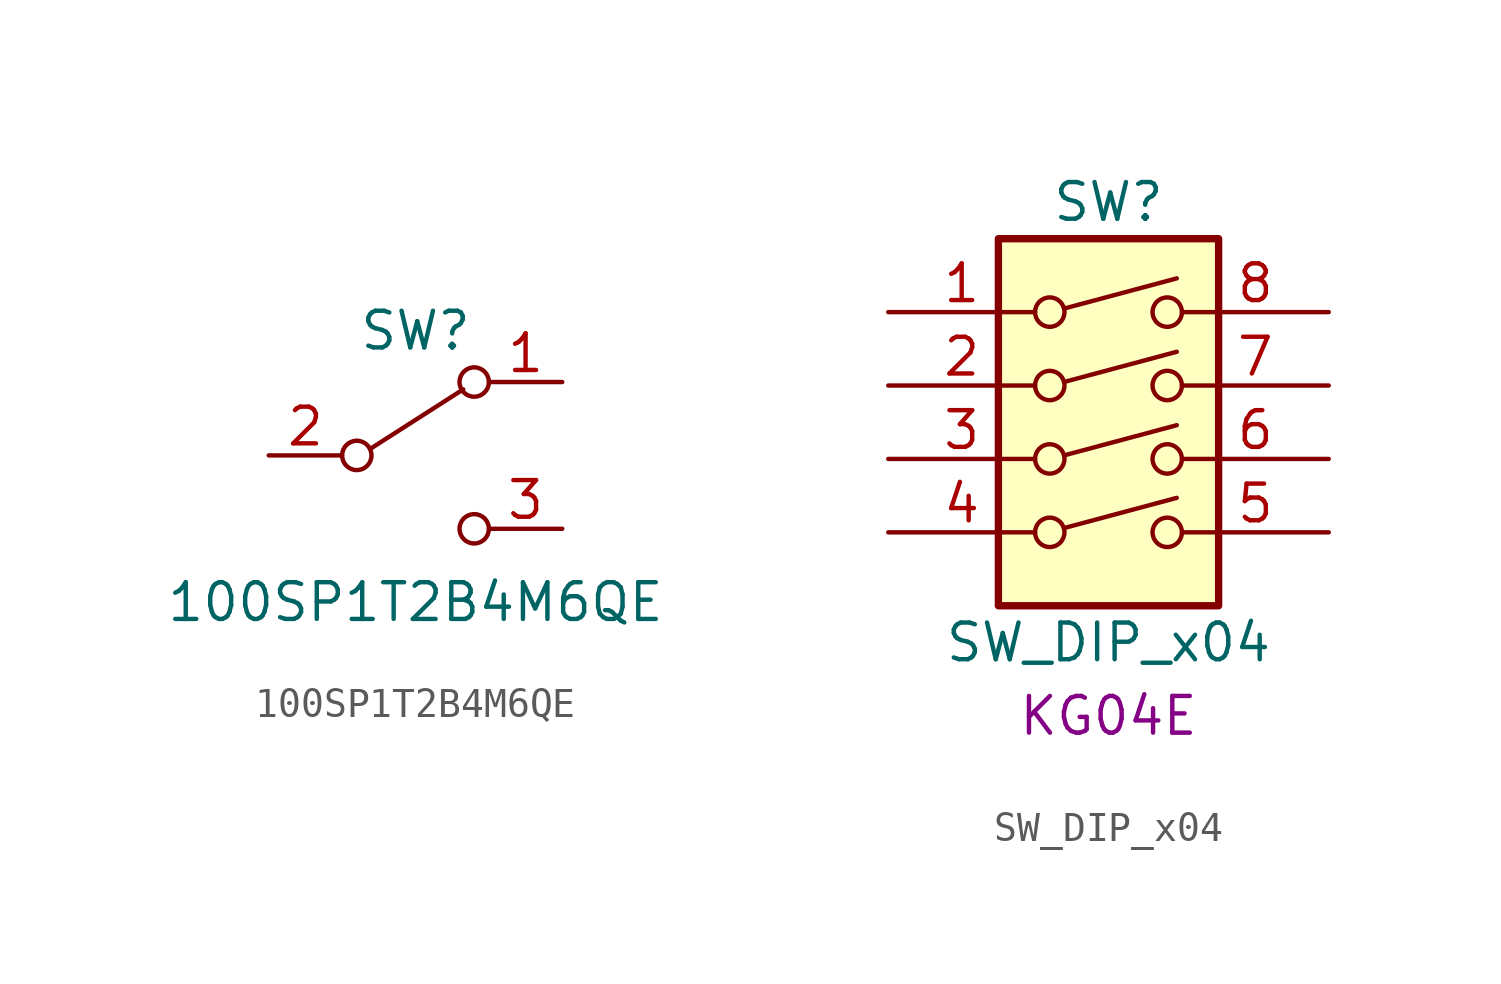
<source format=kicad_sym>
(kicad_symbol_lib
  (version 20231120)
  (generator "kicad_symbol_editor")
  (generator_version "8.0")
  (symbol "100SP1T2B4M6QE"
    (pin_names
      (offset 0) hide)
    (property "Reference" "SW"
      (at 0 4.318 0)
      (effects (font (size 1.27 1.27))))
    (property "Value" "100SP1T2B4M6QE"
      (at 0 -5.08 0)
      (effects (font (size 1.27 1.27))))
    (symbol "100SP1T2B4M6QE_0_0"
      (circle (center -2.032 0) (radius 0.508) (stroke (width 0) (type default)) (fill (type none)))
      (circle (center 2.032 -2.54) (radius 0.508) (stroke (width 0) (type default)) (fill (type none)))
      (pin no_connect line (at 3.81 7.62 180) (length 2.54) hide (name "S1" (effects (font (size 1.27 1.27)))) (number "S1" (effects (font (size 1.27 1.27)))))
      (pin no_connect line (at 3.81 10.16 180) (length 2.54) hide (name "S2" (effects (font (size 1.27 1.27)))) (number "S2" (effects (font (size 1.27 1.27))))))
    (symbol "100SP1T2B4M6QE_0_1"
      (polyline (pts (xy -1.524 0.254) (xy 1.651 2.286)) (stroke (width 0) (type default)) (fill (type none)))
      (circle (center 2.032 2.54) (radius 0.508) (stroke (width 0) (type default)) (fill (type none))))
    (symbol "100SP1T2B4M6QE_1_1"
      (pin passive line (at 5.08 2.54 180) (length 2.54) (name "A" (effects (font (size 1.27 1.27)))) (number "1" (effects (font (size 1.27 1.27)))))
      (pin passive line (at -5.08 0 0) (length 2.54) (name "B" (effects (font (size 1.27 1.27)))) (number "2" (effects (font (size 1.27 1.27)))))
      (pin passive line (at 5.08 -2.54 180) (length 2.54) (name "C" (effects (font (size 1.27 1.27)))) (number "3" (effects (font (size 1.27 1.27)))))))
  (symbol "SW_DIP_x04"
    (pin_names
      (offset 0) hide)
    (property "Reference" "SW"
      (at 0 8.89 0)
      (effects (font (size 1.27 1.27))))
    (property "Value" "SW_DIP_x04"
      (at 0 -6.35 0)
      (effects (font (size 1.27 1.27))))
    (property "MPN" "KG04E"
      (at 0 -8.89 0)
      (effects (font (size 1.27 1.27))))
    (symbol "SW_DIP_x04_0_0"
      (circle (center -2.032 -2.54) (radius 0.508) (stroke (width 0) (type default)) (fill (type none)))
      (circle (center -2.032 0) (radius 0.508) (stroke (width 0) (type default)) (fill (type none)))
      (circle (center -2.032 2.54) (radius 0.508) (stroke (width 0) (type default)) (fill (type none)))
      (circle (center -2.032 5.08) (radius 0.508) (stroke (width 0) (type default)) (fill (type none)))
      (polyline (pts (xy -1.524 -2.388) (xy 2.362 -1.346)) (stroke (width 0) (type default)) (fill (type none)))
      (polyline (pts (xy -1.524 0.127) (xy 2.362 1.168)) (stroke (width 0) (type default)) (fill (type none)))
      (polyline (pts (xy -1.524 2.667) (xy 2.362 3.708)) (stroke (width 0) (type default)) (fill (type none)))
      (polyline (pts (xy -1.524 5.207) (xy 2.362 6.248)) (stroke (width 0) (type default)) (fill (type none)))
      (circle (center 2.032 -2.54) (radius 0.508) (stroke (width 0) (type default)) (fill (type none)))
      (circle (center 2.032 0) (radius 0.508) (stroke (width 0) (type default)) (fill (type none)))
      (circle (center 2.032 2.54) (radius 0.508) (stroke (width 0) (type default)) (fill (type none)))
      (circle (center 2.032 5.08) (radius 0.508) (stroke (width 0) (type default)) (fill (type none))))
    (symbol "SW_DIP_x04_0_1"
      (rectangle (start -3.81 7.62) (end 3.81 -5.08) (stroke (width 0.254) (type default)) (fill (type background))))
    (symbol "SW_DIP_x04_1_1"
      (pin passive line (at -7.62 5.08 0) (length 5.08) (name "~" (effects (font (size 1.27 1.27)))) (number "1" (effects (font (size 1.27 1.27)))))
      (pin passive line (at -7.62 2.54 0) (length 5.08) (name "~" (effects (font (size 1.27 1.27)))) (number "2" (effects (font (size 1.27 1.27)))))
      (pin passive line (at -7.62 0 0) (length 5.08) (name "~" (effects (font (size 1.27 1.27)))) (number "3" (effects (font (size 1.27 1.27)))))
      (pin passive line (at -7.62 -2.54 0) (length 5.08) (name "~" (effects (font (size 1.27 1.27)))) (number "4" (effects (font (size 1.27 1.27)))))
      (pin passive line (at 7.62 -2.54 180) (length 5.08) (name "~" (effects (font (size 1.27 1.27)))) (number "5" (effects (font (size 1.27 1.27)))))
      (pin passive line (at 7.62 0 180) (length 5.08) (name "~" (effects (font (size 1.27 1.27)))) (number "6" (effects (font (size 1.27 1.27)))))
      (pin passive line (at 7.62 2.54 180) (length 5.08) (name "~" (effects (font (size 1.27 1.27)))) (number "7" (effects (font (size 1.27 1.27)))))
      (pin passive line (at 7.62 5.08 180) (length 5.08) (name "~" (effects (font (size 1.27 1.27)))) (number "8" (effects (font (size 1.27 1.27))))))))
</source>
